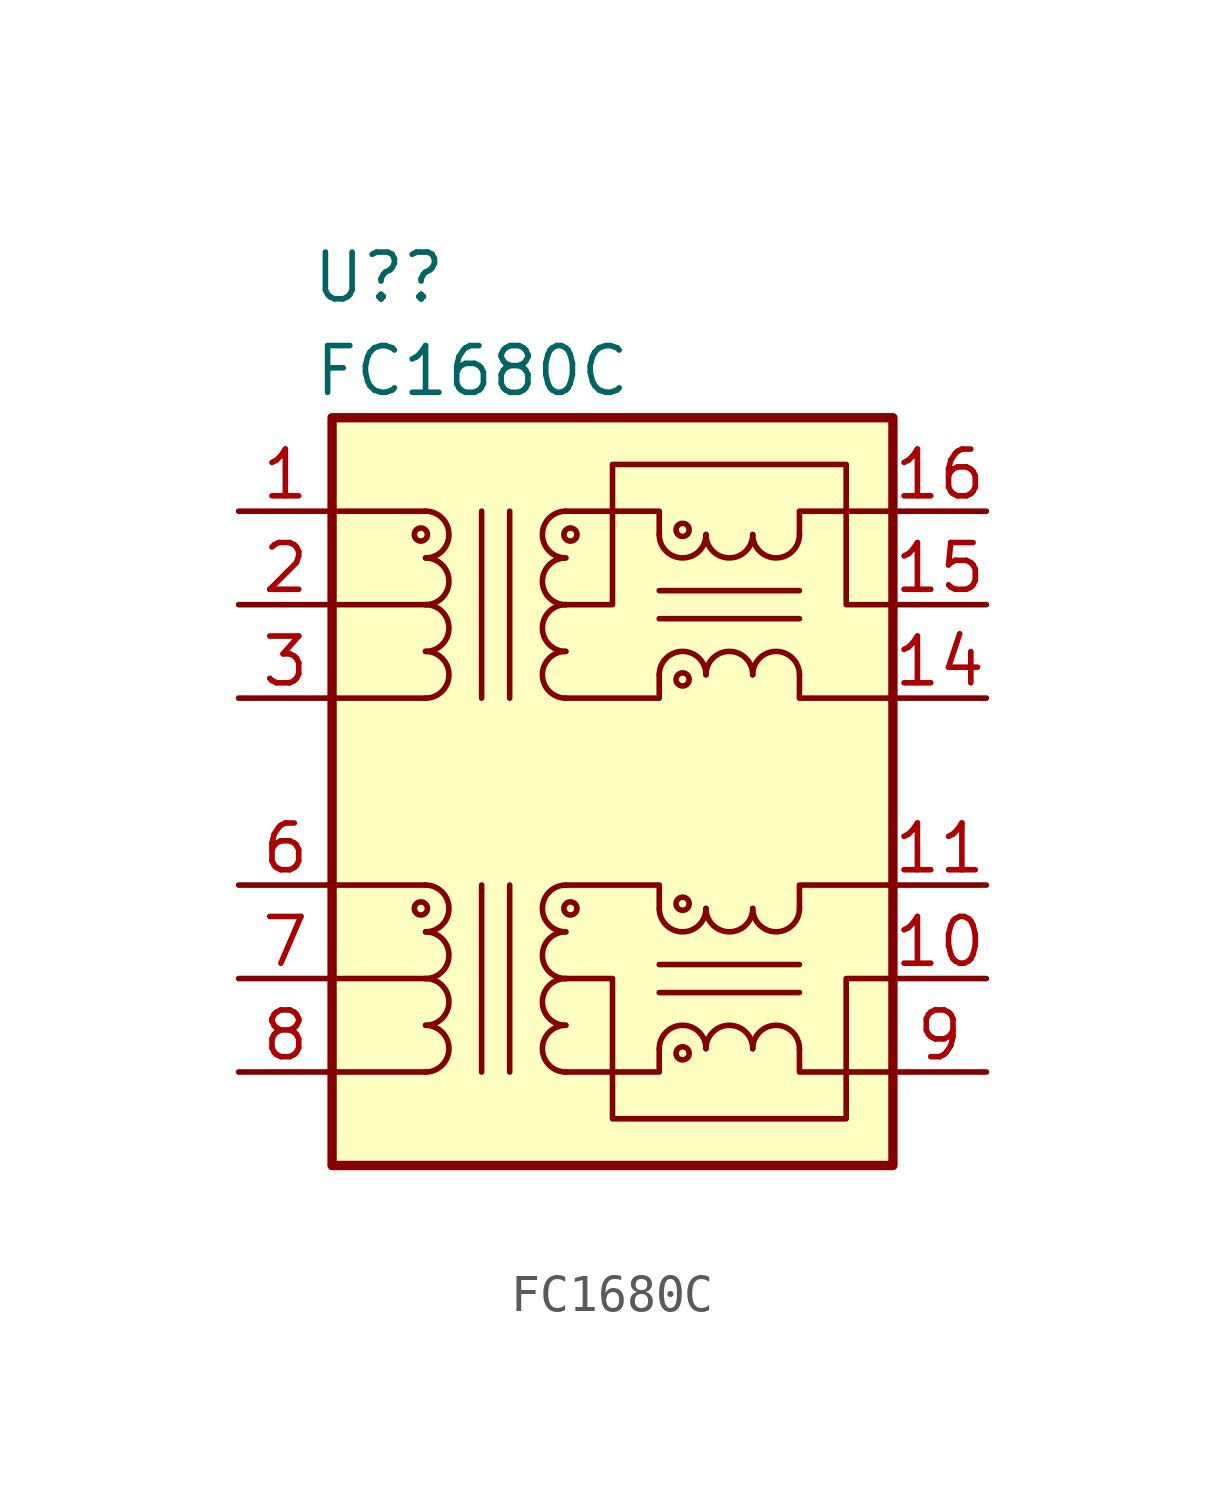
<source format=kicad_sym>
(kicad_symbol_lib
  (version 20211014)
  (generator kicad_symbol_editor)
  (symbol "FC1680C"
    (pin_names hide)
    (property "Reference" "U?"
      (at -6.35 0 0)
      (effects (font (size 1.27 1.27))))
    (property "Value" "FC1680C"
      (at -3.81 -2.54 0)
      (effects (font (size 1.27 1.27))))
    (symbol "FC1680C_0_1"
      (circle (center -5.207 -17.145) (radius 0.178) (stroke (width 0) (type default) (color 0 0 0 0)) (fill (type none)))
      (arc (start -5.08 -21.59) (mid -4.445 -20.955) (end -5.08 -20.32) (stroke (width 0) (type default) (color 0 0 0 0)) (fill (type none)))
      (polyline (pts (xy -5.08 -21.59) (xy -7.62 -21.59)) (stroke (width 0) (type default) (color 0 0 0 0)) (fill (type none)))
      (polyline (pts (xy -5.08 -19.05) (xy -7.62 -19.05)) (stroke (width 0) (type default) (color 0 0 0 0)) (fill (type none)))
      (polyline (pts (xy -5.08 -16.51) (xy -7.62 -16.51)) (stroke (width 0) (type default) (color 0 0 0 0)) (fill (type none)))
      (polyline (pts (xy -3.556 -16.51) (xy -3.556 -21.59)) (stroke (width 0) (type default) (color 0 0 0 0)) (fill (type none)))
      (polyline (pts (xy -3.556 -11.43) (xy -3.556 -6.35)) (stroke (width 0) (type default) (color 0 0 0 0)) (fill (type none)))
      (polyline (pts (xy -2.794 -21.59) (xy -2.794 -16.51)) (stroke (width 0) (type default) (color 0 0 0 0)) (fill (type none)))
      (polyline (pts (xy -2.794 -6.35) (xy -2.794 -11.43)) (stroke (width 0) (type default) (color 0 0 0 0)) (fill (type none)))
      (polyline (pts (xy 1.27 -19.431) (xy 5.08 -19.431)) (stroke (width 0) (type default) (color 0 0 0 0)) (fill (type none)))
      (polyline (pts (xy 1.27 -18.669) (xy 5.08 -18.669)) (stroke (width 0) (type default) (color 0 0 0 0)) (fill (type none)))
      (polyline (pts (xy -1.27 -16.51) (xy 1.27 -16.51) (xy 1.27 -17.145)) (stroke (width 0) (type default) (color 0 0 0 0)) (fill (type none)))
      (polyline (pts (xy 1.27 -20.955) (xy 1.27 -21.59) (xy -1.27 -21.59)) (stroke (width 0) (type default) (color 0 0 0 0)) (fill (type none)))
      (polyline (pts (xy 5.08 -20.955) (xy 5.08 -21.59) (xy 7.62 -21.59)) (stroke (width 0) (type default) (color 0 0 0 0)) (fill (type none)))
      (polyline (pts (xy 5.08 -17.145) (xy 5.08 -16.51) (xy 7.62 -16.51)) (stroke (width 0) (type default) (color 0 0 0 0)) (fill (type none)))
      (polyline (pts (xy -1.27 -19.05) (xy 0 -19.05) (xy 0 -22.86) (xy 6.35 -22.86) (xy 6.35 -19.05) (xy 7.62 -19.05)) (stroke (width 0) (type default) (color 0 0 0 0)) (fill (type none)))
      (rectangle (start 7.62 -3.81) (end -7.62 -24.13) (stroke (width 0.254) (type default) (color 0 0 0 0)) (fill (type background))))
    (symbol "FC1680C_1_1"
      (circle (center -5.207 -6.985) (radius 0.178) (stroke (width 0) (type default) (color 0 0 0 0)) (fill (type none)))
      (arc (start -5.08 -20.32) (mid -4.445 -19.685) (end -5.08 -19.05) (stroke (width 0) (type default) (color 0 0 0 0)) (fill (type none)))
      (arc (start -5.08 -19.05) (mid -4.445 -18.415) (end -5.08 -17.78) (stroke (width 0) (type default) (color 0 0 0 0)) (fill (type none)))
      (arc (start -5.08 -17.78) (mid -4.445 -17.145) (end -5.08 -16.51) (stroke (width 0) (type default) (color 0 0 0 0)) (fill (type none)))
      (arc (start -5.08 -11.43) (mid -4.445 -10.795) (end -5.08 -10.16) (stroke (width 0) (type default) (color 0 0 0 0)) (fill (type none)))
      (arc (start -5.08 -10.16) (mid -4.445 -9.525) (end -5.08 -8.89) (stroke (width 0) (type default) (color 0 0 0 0)) (fill (type none)))
      (arc (start -5.08 -8.89) (mid -4.445 -8.255) (end -5.08 -7.62) (stroke (width 0) (type default) (color 0 0 0 0)) (fill (type none)))
      (arc (start -5.08 -7.62) (mid -4.445 -6.985) (end -5.08 -6.35) (stroke (width 0) (type default) (color 0 0 0 0)) (fill (type none)))
      (arc (start -1.27 -20.32) (mid -1.905 -20.955) (end -1.27 -21.59) (stroke (width 0) (type default) (color 0 0 0 0)) (fill (type none)))
      (arc (start -1.27 -19.05) (mid -1.905 -19.685) (end -1.27 -20.32) (stroke (width 0) (type default) (color 0 0 0 0)) (fill (type none)))
      (arc (start -1.27 -17.78) (mid -1.905 -18.415) (end -1.27 -19.05) (stroke (width 0) (type default) (color 0 0 0 0)) (fill (type none)))
      (arc (start -1.27 -16.51) (mid -1.905 -17.145) (end -1.27 -17.78) (stroke (width 0) (type default) (color 0 0 0 0)) (fill (type none)))
      (arc (start -1.27 -10.16) (mid -1.905 -10.795) (end -1.27 -11.43) (stroke (width 0) (type default) (color 0 0 0 0)) (fill (type none)))
      (arc (start -1.27 -8.89) (mid -1.905 -9.525) (end -1.27 -10.16) (stroke (width 0) (type default) (color 0 0 0 0)) (fill (type none)))
      (arc (start -1.27 -7.62) (mid -1.905 -8.255) (end -1.27 -8.89) (stroke (width 0) (type default) (color 0 0 0 0)) (fill (type none)))
      (arc (start -1.27 -6.35) (mid -1.905 -6.985) (end -1.27 -7.62) (stroke (width 0) (type default) (color 0 0 0 0)) (fill (type none)))
      (circle (center -1.143 -17.145) (radius 0.178) (stroke (width 0) (type default) (color 0 0 0 0)) (fill (type none)))
      (circle (center -1.143 -6.985) (radius 0.178) (stroke (width 0) (type default) (color 0 0 0 0)) (fill (type none)))
      (polyline (pts (xy -5.08 -11.43) (xy -7.62 -11.43)) (stroke (width 0) (type default) (color 0 0 0 0)) (fill (type none)))
      (polyline (pts (xy -5.08 -8.89) (xy -7.62 -8.89)) (stroke (width 0) (type default) (color 0 0 0 0)) (fill (type none)))
      (polyline (pts (xy -5.08 -6.35) (xy -7.62 -6.35)) (stroke (width 0) (type default) (color 0 0 0 0)) (fill (type none)))
      (polyline (pts (xy 1.27 -9.271) (xy 5.08 -9.271)) (stroke (width 0) (type default) (color 0 0 0 0)) (fill (type none)))
      (polyline (pts (xy 1.27 -8.509) (xy 5.08 -8.509)) (stroke (width 0) (type default) (color 0 0 0 0)) (fill (type none)))
      (polyline (pts (xy -1.27 -6.35) (xy 1.27 -6.35) (xy 1.27 -6.985)) (stroke (width 0) (type default) (color 0 0 0 0)) (fill (type none)))
      (polyline (pts (xy 1.27 -10.795) (xy 1.27 -11.43) (xy -1.27 -11.43)) (stroke (width 0) (type default) (color 0 0 0 0)) (fill (type none)))
      (polyline (pts (xy 5.08 -10.795) (xy 5.08 -11.43) (xy 7.62 -11.43)) (stroke (width 0) (type default) (color 0 0 0 0)) (fill (type none)))
      (polyline (pts (xy 5.08 -6.985) (xy 5.08 -6.35) (xy 7.62 -6.35)) (stroke (width 0) (type default) (color 0 0 0 0)) (fill (type none)))
      (polyline (pts (xy 7.62 -8.89) (xy 6.35 -8.89) (xy 6.35 -5.08) (xy 0 -5.08) (xy 0 -8.89) (xy -1.27 -8.89)) (stroke (width 0) (type default) (color 0 0 0 0)) (fill (type none)))
      (arc (start 1.27 -17.145) (mid 1.905 -17.78) (end 2.54 -17.145) (stroke (width 0) (type default) (color 0 0 0 0)) (fill (type none)))
      (arc (start 1.27 -6.985) (mid 1.905 -7.62) (end 2.54 -6.985) (stroke (width 0) (type default) (color 0 0 0 0)) (fill (type none)))
      (circle (center 1.905 -21.082) (radius 0.178) (stroke (width 0) (type default) (color 0 0 0 0)) (fill (type none)))
      (circle (center 1.905 -17.018) (radius 0.178) (stroke (width 0) (type default) (color 0 0 0 0)) (fill (type none)))
      (circle (center 1.905 -10.922) (radius 0.178) (stroke (width 0) (type default) (color 0 0 0 0)) (fill (type none)))
      (circle (center 1.905 -6.858) (radius 0.178) (stroke (width 0) (type default) (color 0 0 0 0)) (fill (type none)))
      (arc (start 2.54 -20.955) (mid 1.905 -20.32) (end 1.27 -20.955) (stroke (width 0) (type default) (color 0 0 0 0)) (fill (type none)))
      (arc (start 2.54 -17.145) (mid 3.175 -17.78) (end 3.81 -17.145) (stroke (width 0) (type default) (color 0 0 0 0)) (fill (type none)))
      (arc (start 2.54 -10.795) (mid 1.905 -10.16) (end 1.27 -10.795) (stroke (width 0) (type default) (color 0 0 0 0)) (fill (type none)))
      (arc (start 2.54 -6.985) (mid 3.175 -7.62) (end 3.81 -6.985) (stroke (width 0) (type default) (color 0 0 0 0)) (fill (type none)))
      (arc (start 3.81 -20.955) (mid 3.175 -20.32) (end 2.54 -20.955) (stroke (width 0) (type default) (color 0 0 0 0)) (fill (type none)))
      (arc (start 3.81 -17.145) (mid 4.445 -17.78) (end 5.08 -17.145) (stroke (width 0) (type default) (color 0 0 0 0)) (fill (type none)))
      (arc (start 3.81 -10.795) (mid 3.175 -10.16) (end 2.54 -10.795) (stroke (width 0) (type default) (color 0 0 0 0)) (fill (type none)))
      (arc (start 3.81 -6.985) (mid 4.445 -7.62) (end 5.08 -6.985) (stroke (width 0) (type default) (color 0 0 0 0)) (fill (type none)))
      (arc (start 5.08 -20.955) (mid 4.445 -20.32) (end 3.81 -20.955) (stroke (width 0) (type default) (color 0 0 0 0)) (fill (type none)))
      (arc (start 5.08 -10.795) (mid 4.445 -10.16) (end 3.81 -10.795) (stroke (width 0) (type default) (color 0 0 0 0)) (fill (type none)))
      (pin passive line (at -10.16 -6.35 0) (length 2.54) (name "TD+" (effects (font (size 1.27 1.27)))) (number "1" (effects (font (size 1.27 1.27)))))
      (pin passive line (at 10.16 -19.05 180) (length 2.54) (name "C_RX" (effects (font (size 1.27 1.27)))) (number "10" (effects (font (size 1.27 1.27)))))
      (pin passive line (at 10.16 -16.51 180) (length 2.54) (name "RX+" (effects (font (size 1.27 1.27)))) (number "11" (effects (font (size 1.27 1.27)))))
      (pin passive line (at 10.16 -11.43 180) (length 2.54) (name "TX-" (effects (font (size 1.27 1.27)))) (number "14" (effects (font (size 1.27 1.27)))))
      (pin passive line (at 10.16 -8.89 180) (length 2.54) (name "C_TX" (effects (font (size 1.27 1.27)))) (number "15" (effects (font (size 1.27 1.27)))))
      (pin passive line (at 10.16 -6.35 180) (length 2.54) (name "TX+" (effects (font (size 1.27 1.27)))) (number "16" (effects (font (size 1.27 1.27)))))
      (pin passive line (at -10.16 -8.89 0) (length 2.54) (name "C_TD" (effects (font (size 1.27 1.27)))) (number "2" (effects (font (size 1.27 1.27)))))
      (pin passive line (at -10.16 -11.43 0) (length 2.54) (name "TD-" (effects (font (size 1.27 1.27)))) (number "3" (effects (font (size 1.27 1.27)))))
      (pin passive line (at -10.16 -16.51 0) (length 2.54) (name "RD+" (effects (font (size 1.27 1.27)))) (number "6" (effects (font (size 1.27 1.27)))))
      (pin passive line (at -10.16 -19.05 0) (length 2.54) (name "C_RD" (effects (font (size 1.27 1.27)))) (number "7" (effects (font (size 1.27 1.27)))))
      (pin passive line (at -10.16 -21.59 0) (length 2.54) (name "RD-" (effects (font (size 1.27 1.27)))) (number "8" (effects (font (size 1.27 1.27)))))
      (pin passive line (at 10.16 -21.59 180) (length 2.54) (name "RX-" (effects (font (size 1.27 1.27)))) (number "9" (effects (font (size 1.27 1.27))))))))
</source>
